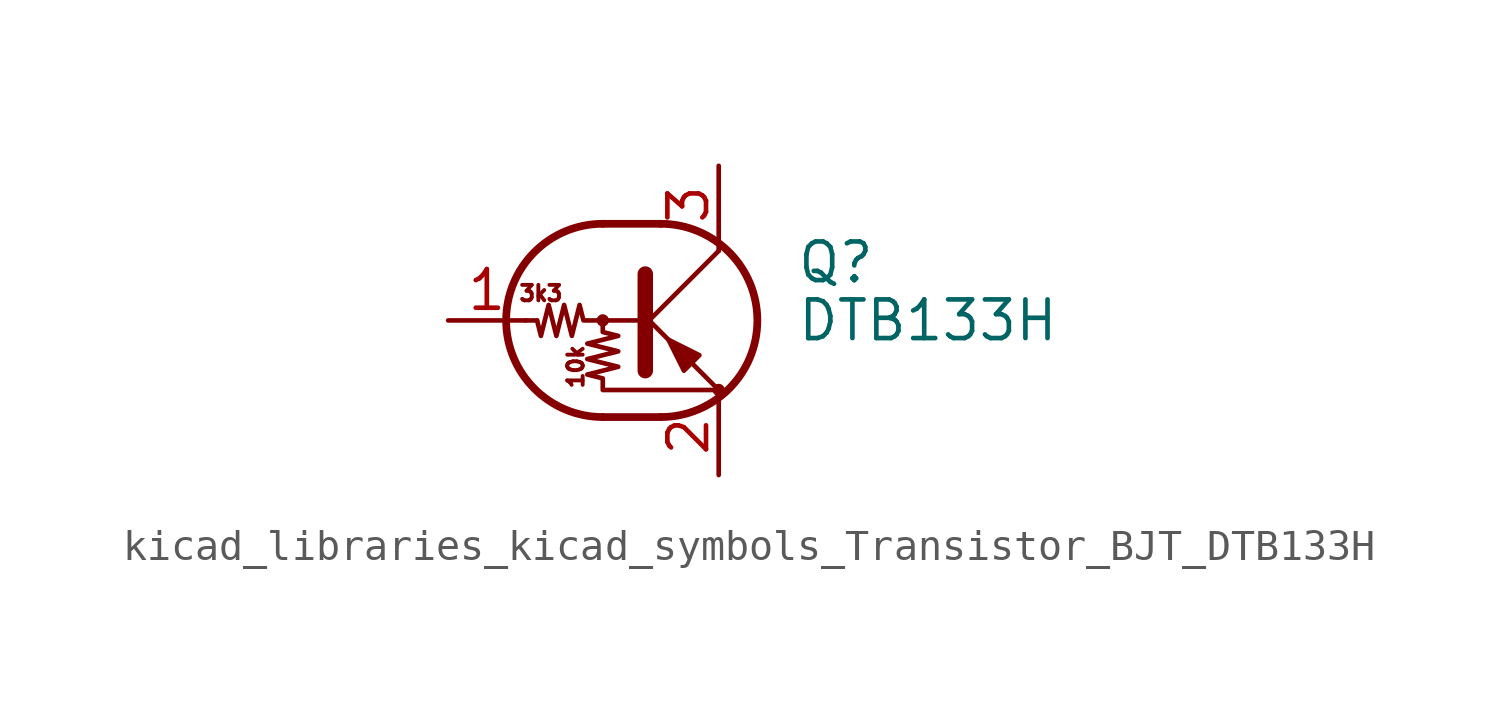
<source format=kicad_sym>
(kicad_symbol_lib
  (version 20220914)
  (generator kicad_symbol_editor)
  (symbol "kicad_libraries_kicad_symbols_Transistor_BJT_DTB133H"
    (pin_names
      (offset 0) hide)
    (property "Reference" "Q"
      (at 5.08 1.905 0)
      (effects (font (size 1.27 1.27)) (justify left)))
    (property "Value" "DTB133H"
      (at 5.08 0 0)
      (effects (font (size 1.27 1.27)) (justify left)))
    (symbol "kicad_libraries_kicad_symbols_Transistor_BJT_DTB133H_0_0"
      (text "10k" (at -2.159 -1.524 900) (effects (font (size 0.508 0.508))))
      (text "3k3" (at -3.302 0.889 0) (effects (font (size 0.508 0.508)))))
    (symbol "kicad_libraries_kicad_symbols_Transistor_BJT_DTB133H_0_1"
      (circle (center -1.27 0) (radius 0.127) (stroke (width 0) (type default)) (fill (type none)))
      (arc (start -1.27 3.175) (mid -4.4312 0) (end -1.27 -3.175) (stroke (width 0.254) (type default)) (fill (type none)))
      (polyline (pts (xy -3.429 0) (xy -3.81 0)) (stroke (width 0) (type default)) (fill (type none)))
      (polyline (pts (xy -1.27 -3.175) (xy 0.635 -3.175)) (stroke (width 0.254) (type default)) (fill (type none)))
      (polyline (pts (xy -1.27 3.175) (xy 0.635 3.175)) (stroke (width 0.254) (type default)) (fill (type none)))
      (polyline (pts (xy 0 -0.254) (xy 2.54 2.286)) (stroke (width 0) (type default)) (fill (type none)))
      (polyline (pts (xy 0.127 1.524) (xy 0.127 -1.651)) (stroke (width 0.508) (type default)) (fill (type outline)))
      (polyline (pts (xy 2.54 2.286) (xy 2.54 2.54)) (stroke (width 0) (type default)) (fill (type none)))
      (polyline (pts (xy 2.54 -2.286) (xy 0 0.254) (xy 0 0.254)) (stroke (width 0) (type default)) (fill (type none)))
      (polyline (pts (xy 1.397 -1.651) (xy 1.905 -1.143) (xy 0.889 -0.635) (xy 1.397 -1.651)) (stroke (width 0) (type default)) (fill (type outline)))
      (polyline (pts (xy 0 0) (xy -1.905 0) (xy -2.032 0.508) (xy -2.286 -0.508) (xy -2.54 0.508) (xy -2.794 -0.508) (xy -3.048 0.508) (xy -3.302 -0.508) (xy -3.429 0)) (stroke (width 0) (type default)) (fill (type none)))
      (polyline (pts (xy -1.27 0) (xy -1.27 -0.381) (xy -0.762 -0.508) (xy -1.778 -0.762) (xy -0.762 -1.016) (xy -1.778 -1.27) (xy -0.762 -1.524) (xy -1.778 -1.778) (xy -1.27 -1.905) (xy -1.27 -2.286) (xy 2.54 -2.286)) (stroke (width 0) (type default)) (fill (type none)))
      (arc (start 0.635 -3.175) (mid 3.7962 0) (end 0.635 3.175) (stroke (width 0.254) (type default)) (fill (type none)))
      (circle (center 2.54 -2.286) (radius 0.127) (stroke (width 0) (type default)) (fill (type none))))
    (symbol "kicad_libraries_kicad_symbols_Transistor_BJT_DTB133H_1_1"
      (pin input line (at -6.35 0 0) (length 2.54) (name "B" (effects (font (size 1.27 1.27)))) (number "1" (effects (font (size 1.27 1.27)))))
      (pin passive line (at 2.54 -5.08 90) (length 2.54) (name "E" (effects (font (size 1.27 1.27)))) (number "2" (effects (font (size 1.27 1.27)))))
      (pin passive line (at 2.54 5.08 270) (length 2.54) (name "C" (effects (font (size 1.27 1.27)))) (number "3" (effects (font (size 1.27 1.27))))))))
</source>
